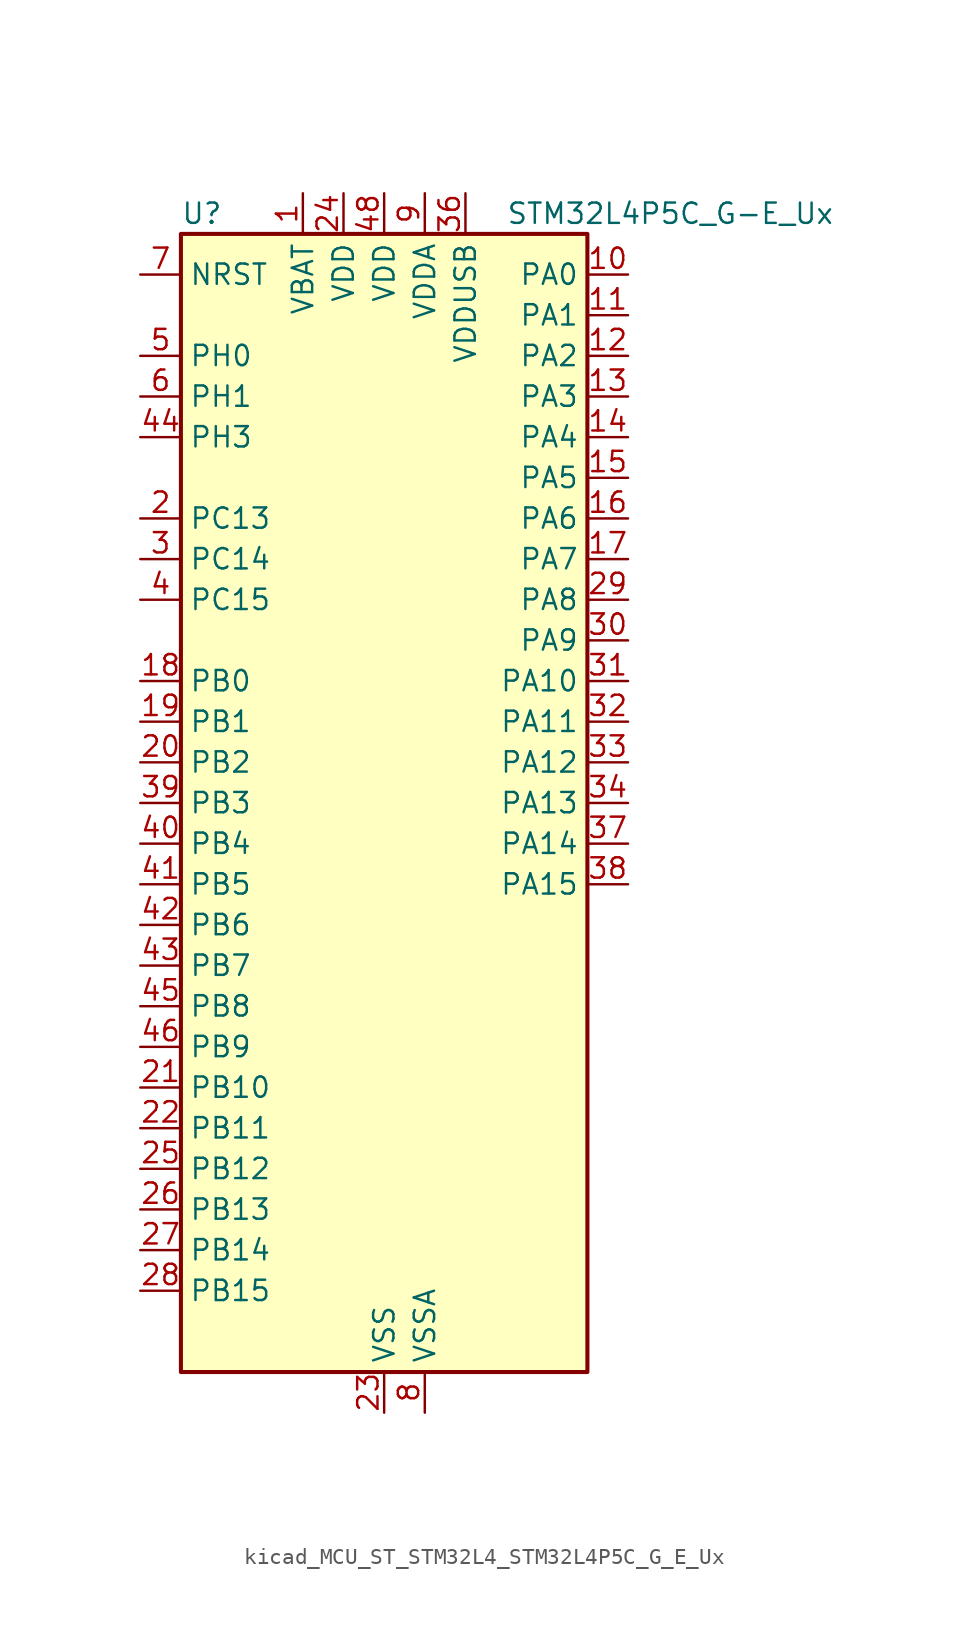
<source format=kicad_sym>
(kicad_symbol_lib
  (version 20220914)
  (generator kicad_symbol_editor)
  (symbol "kicad_MCU_ST_STM32L4_STM32L4P5C_G_E_Ux"
    (property "Reference" "U"
      (at -12.7 36.83 0)
      (effects (font (size 1.27 1.27)) (justify left)))
    (property "Value" "STM32L4P5C_G-E_Ux"
      (at 7.62 36.83 0)
      (effects (font (size 1.27 1.27)) (justify left)))
    (property "ki_locked" ""
      (at 0 0 0)
      (effects (font (size 1.27 1.27))))
    (symbol "kicad_MCU_ST_STM32L4_STM32L4P5C_G_E_Ux_0_1"
      (rectangle (start -12.7 -35.56) (end 12.7 35.56) (stroke (width 0.254) (type default)) (fill (type background))))
    (symbol "kicad_MCU_ST_STM32L4_STM32L4P5C_G_E_Ux_1_1"
      (pin power_in line (at -5.08 38.1 270) (length 2.54) (name "VBAT" (effects (font (size 1.27 1.27)))) (number "1" (effects (font (size 1.27 1.27)))))
      (pin bidirectional line (at 15.24 33.02 180) (length 2.54) (name "PA0" (effects (font (size 1.27 1.27)))) (number "10" (effects (font (size 1.27 1.27)))) (alternate "ADC1_IN5" bidirectional line) (alternate "ADC2_IN5" bidirectional line) (alternate "OPAMP1_VINP" bidirectional line) (alternate "RTC_TAMP2" bidirectional line) (alternate "SAI1_EXTCLK" bidirectional line) (alternate "SYS_WKUP1" bidirectional line) (alternate "TIM2_CH1" bidirectional line) (alternate "TIM2_ETR" bidirectional line) (alternate "TIM5_CH1" bidirectional line) (alternate "TIM8_ETR" bidirectional line) (alternate "UART4_TX" bidirectional line) (alternate "USART2_CTS" bidirectional line) (alternate "USART2_NSS" bidirectional line))
      (pin bidirectional line (at 15.24 30.48 180) (length 2.54) (name "PA1" (effects (font (size 1.27 1.27)))) (number "11" (effects (font (size 1.27 1.27)))) (alternate "ADC1_IN6" bidirectional line) (alternate "ADC2_IN6" bidirectional line) (alternate "I2C1_SMBA" bidirectional line) (alternate "OCTOSPIM_P1_DQS" bidirectional line) (alternate "OPAMP1_VINM" bidirectional line) (alternate "SDMMC2_CMD" bidirectional line) (alternate "SPI1_SCK" bidirectional line) (alternate "TIM15_CH1N" bidirectional line) (alternate "TIM2_CH2" bidirectional line) (alternate "TIM5_CH2" bidirectional line) (alternate "UART4_RX" bidirectional line) (alternate "USART2_DE" bidirectional line) (alternate "USART2_RTS" bidirectional line))
      (pin bidirectional line (at 15.24 27.94 180) (length 2.54) (name "PA2" (effects (font (size 1.27 1.27)))) (number "12" (effects (font (size 1.27 1.27)))) (alternate "ADC1_IN7" bidirectional line) (alternate "ADC2_IN7" bidirectional line) (alternate "LPUART1_TX" bidirectional line) (alternate "OCTOSPIM_P1_NCS" bidirectional line) (alternate "RCC_LSCO" bidirectional line) (alternate "SAI2_EXTCLK" bidirectional line) (alternate "SYS_WKUP4" bidirectional line) (alternate "TIM15_CH1" bidirectional line) (alternate "TIM2_CH3" bidirectional line) (alternate "TIM5_CH3" bidirectional line) (alternate "USART2_TX" bidirectional line))
      (pin bidirectional line (at 15.24 25.4 180) (length 2.54) (name "PA3" (effects (font (size 1.27 1.27)))) (number "13" (effects (font (size 1.27 1.27)))) (alternate "ADC1_IN8" bidirectional line) (alternate "ADC2_IN8" bidirectional line) (alternate "LPUART1_RX" bidirectional line) (alternate "OCTOSPIM_P1_CLK" bidirectional line) (alternate "OPAMP1_VOUT" bidirectional line) (alternate "SAI1_CK1" bidirectional line) (alternate "SAI1_MCLK_A" bidirectional line) (alternate "TIM15_CH2" bidirectional line) (alternate "TIM2_CH4" bidirectional line) (alternate "TIM5_CH4" bidirectional line) (alternate "USART2_RX" bidirectional line))
      (pin bidirectional line (at 15.24 22.86 180) (length 2.54) (name "PA4" (effects (font (size 1.27 1.27)))) (number "14" (effects (font (size 1.27 1.27)))) (alternate "ADC1_IN9" bidirectional line) (alternate "ADC2_IN9" bidirectional line) (alternate "DAC1_OUT1" bidirectional line) (alternate "LPTIM2_OUT" bidirectional line) (alternate "LTDC_CLK" bidirectional line) (alternate "OCTOSPIM_P1_NCS" bidirectional line) (alternate "SAI1_FS_B" bidirectional line) (alternate "SPI1_NSS" bidirectional line) (alternate "SPI3_NSS" bidirectional line) (alternate "USART2_CK" bidirectional line))
      (pin bidirectional line (at 15.24 20.32 180) (length 2.54) (name "PA5" (effects (font (size 1.27 1.27)))) (number "15" (effects (font (size 1.27 1.27)))) (alternate "ADC1_IN10" bidirectional line) (alternate "ADC2_IN10" bidirectional line) (alternate "DAC1_OUT2" bidirectional line) (alternate "LPTIM2_ETR" bidirectional line) (alternate "LTDC_R7" bidirectional line) (alternate "SPI1_SCK" bidirectional line) (alternate "TIM2_CH1" bidirectional line) (alternate "TIM2_ETR" bidirectional line) (alternate "TIM8_CH1N" bidirectional line))
      (pin bidirectional line (at 15.24 17.78 180) (length 2.54) (name "PA6" (effects (font (size 1.27 1.27)))) (number "16" (effects (font (size 1.27 1.27)))) (alternate "ADC1_IN11" bidirectional line) (alternate "ADC2_IN11" bidirectional line) (alternate "LPUART1_CTS" bidirectional line) (alternate "OCTOSPIM_P1_IO3" bidirectional line) (alternate "OPAMP2_VINP" bidirectional line) (alternate "SPI1_MISO" bidirectional line) (alternate "TIM16_CH1" bidirectional line) (alternate "TIM1_BKIN" bidirectional line) (alternate "TIM3_CH1" bidirectional line) (alternate "TIM8_BKIN" bidirectional line) (alternate "USART3_CTS" bidirectional line) (alternate "USART3_NSS" bidirectional line))
      (pin bidirectional line (at 15.24 15.24 180) (length 2.54) (name "PA7" (effects (font (size 1.27 1.27)))) (number "17" (effects (font (size 1.27 1.27)))) (alternate "ADC1_IN12" bidirectional line) (alternate "ADC2_IN12" bidirectional line) (alternate "I2C3_SCL" bidirectional line) (alternate "OCTOSPIM_P1_IO2" bidirectional line) (alternate "OPAMP2_VINM" bidirectional line) (alternate "SPI1_MOSI" bidirectional line) (alternate "TIM17_CH1" bidirectional line) (alternate "TIM1_CH1N" bidirectional line) (alternate "TIM3_CH2" bidirectional line) (alternate "TIM8_CH1N" bidirectional line))
      (pin bidirectional line (at -15.24 7.62 0) (length 2.54) (name "PB0" (effects (font (size 1.27 1.27)))) (number "18" (effects (font (size 1.27 1.27)))) (alternate "ADC1_IN15" bidirectional line) (alternate "ADC2_IN15" bidirectional line) (alternate "COMP1_OUT" bidirectional line) (alternate "LTDC_B6" bidirectional line) (alternate "OCTOSPIM_P1_IO1" bidirectional line) (alternate "OPAMP2_VOUT" bidirectional line) (alternate "SAI1_EXTCLK" bidirectional line) (alternate "SPI1_NSS" bidirectional line) (alternate "TIM1_CH2N" bidirectional line) (alternate "TIM3_CH3" bidirectional line) (alternate "TIM8_CH2N" bidirectional line) (alternate "USART3_CK" bidirectional line))
      (pin bidirectional line (at -15.24 5.08 0) (length 2.54) (name "PB1" (effects (font (size 1.27 1.27)))) (number "19" (effects (font (size 1.27 1.27)))) (alternate "ADC1_IN16" bidirectional line) (alternate "ADC2_IN16" bidirectional line) (alternate "COMP1_INM" bidirectional line) (alternate "DFSDM1_DATIN0" bidirectional line) (alternate "LPTIM2_IN1" bidirectional line) (alternate "LPUART1_DE" bidirectional line) (alternate "LPUART1_RTS" bidirectional line) (alternate "LTDC_G6" bidirectional line) (alternate "OCTOSPIM_P1_IO0" bidirectional line) (alternate "TIM1_CH3N" bidirectional line) (alternate "TIM3_CH4" bidirectional line) (alternate "TIM8_CH3N" bidirectional line) (alternate "USART3_DE" bidirectional line) (alternate "USART3_RTS" bidirectional line))
      (pin bidirectional line (at -15.24 17.78 0) (length 2.54) (name "PC13" (effects (font (size 1.27 1.27)))) (number "2" (effects (font (size 1.27 1.27)))) (alternate "RTC_OUT1" bidirectional line) (alternate "RTC_TAMP1" bidirectional line) (alternate "RTC_TS" bidirectional line) (alternate "SYS_WKUP2" bidirectional line))
      (pin bidirectional line (at -15.24 2.54 0) (length 2.54) (name "PB2" (effects (font (size 1.27 1.27)))) (number "20" (effects (font (size 1.27 1.27)))) (alternate "COMP1_INP" bidirectional line) (alternate "DFSDM1_CKIN0" bidirectional line) (alternate "I2C3_SMBA" bidirectional line) (alternate "LPTIM1_OUT" bidirectional line) (alternate "OCTOSPIM_P1_DQS" bidirectional line) (alternate "RTC_OUT2" bidirectional line))
      (pin bidirectional line (at -15.24 -17.78 0) (length 2.54) (name "PB10" (effects (font (size 1.27 1.27)))) (number "21" (effects (font (size 1.27 1.27)))) (alternate "COMP1_OUT" bidirectional line) (alternate "I2C2_SCL" bidirectional line) (alternate "I2C4_SCL" bidirectional line) (alternate "LPUART1_RX" bidirectional line) (alternate "OCTOSPIM_P1_CLK" bidirectional line) (alternate "OCTOSPIM_P1_IO3" bidirectional line) (alternate "SAI1_SCK_A" bidirectional line) (alternate "SPI2_SCK" bidirectional line) (alternate "TIM2_CH3" bidirectional line) (alternate "TSC_SYNC" bidirectional line) (alternate "USART3_TX" bidirectional line))
      (pin bidirectional line (at -15.24 -20.32 0) (length 2.54) (name "PB11" (effects (font (size 1.27 1.27)))) (number "22" (effects (font (size 1.27 1.27)))) (alternate "ADC1_EXTI11" bidirectional line) (alternate "ADC2_EXTI11" bidirectional line) (alternate "COMP2_OUT" bidirectional line) (alternate "I2C2_SDA" bidirectional line) (alternate "I2C4_SDA" bidirectional line) (alternate "LPUART1_TX" bidirectional line) (alternate "LTDC_VSYNC" bidirectional line) (alternate "OCTOSPIM_P1_NCS" bidirectional line) (alternate "TIM2_CH4" bidirectional line) (alternate "USART3_RX" bidirectional line))
      (pin power_in line (at 0 -38.1 90) (length 2.54) (name "VSS" (effects (font (size 1.27 1.27)))) (number "23" (effects (font (size 1.27 1.27)))))
      (pin power_in line (at -2.54 38.1 270) (length 2.54) (name "VDD" (effects (font (size 1.27 1.27)))) (number "24" (effects (font (size 1.27 1.27)))))
      (pin bidirectional line (at -15.24 -22.86 0) (length 2.54) (name "PB12" (effects (font (size 1.27 1.27)))) (number "25" (effects (font (size 1.27 1.27)))) (alternate "DFSDM1_DATIN1" bidirectional line) (alternate "I2C2_SMBA" bidirectional line) (alternate "LPUART1_DE" bidirectional line) (alternate "LPUART1_RTS" bidirectional line) (alternate "OCTOSPIM_P1_NCLK" bidirectional line) (alternate "SAI2_FS_A" bidirectional line) (alternate "SDMMC2_CK" bidirectional line) (alternate "SPI2_NSS" bidirectional line) (alternate "TIM15_BKIN" bidirectional line) (alternate "TIM1_BKIN" bidirectional line) (alternate "TSC_G1_IO1" bidirectional line) (alternate "USART3_CK" bidirectional line))
      (pin bidirectional line (at -15.24 -25.4 0) (length 2.54) (name "PB13" (effects (font (size 1.27 1.27)))) (number "26" (effects (font (size 1.27 1.27)))) (alternate "DFSDM1_CKIN1" bidirectional line) (alternate "I2C2_SCL" bidirectional line) (alternate "LPUART1_CTS" bidirectional line) (alternate "OCTOSPIM_P1_IO1" bidirectional line) (alternate "SAI2_SCK_A" bidirectional line) (alternate "SPI2_SCK" bidirectional line) (alternate "TIM15_CH1N" bidirectional line) (alternate "TIM1_CH1N" bidirectional line) (alternate "TSC_G1_IO2" bidirectional line) (alternate "USART3_CTS" bidirectional line) (alternate "USART3_NSS" bidirectional line))
      (pin bidirectional line (at -15.24 -27.94 0) (length 2.54) (name "PB14" (effects (font (size 1.27 1.27)))) (number "27" (effects (font (size 1.27 1.27)))) (alternate "DFSDM1_DATIN2" bidirectional line) (alternate "I2C2_SDA" bidirectional line) (alternate "OCTOSPIM_P1_IO6" bidirectional line) (alternate "SAI2_MCLK_A" bidirectional line) (alternate "SDMMC2_D0" bidirectional line) (alternate "SPI2_MISO" bidirectional line) (alternate "TIM15_CH1" bidirectional line) (alternate "TIM1_CH2N" bidirectional line) (alternate "TIM8_CH2N" bidirectional line) (alternate "TSC_G1_IO3" bidirectional line) (alternate "USART3_DE" bidirectional line) (alternate "USART3_RTS" bidirectional line))
      (pin bidirectional line (at -15.24 -30.48 0) (length 2.54) (name "PB15" (effects (font (size 1.27 1.27)))) (number "28" (effects (font (size 1.27 1.27)))) (alternate "ADC1_EXTI15" bidirectional line) (alternate "ADC2_EXTI15" bidirectional line) (alternate "DFSDM1_CKIN2" bidirectional line) (alternate "OCTOSPIM_P1_IO7" bidirectional line) (alternate "RTC_REFIN" bidirectional line) (alternate "SAI2_SD_A" bidirectional line) (alternate "SDMMC2_D1" bidirectional line) (alternate "SPI2_MOSI" bidirectional line) (alternate "TIM15_CH2" bidirectional line) (alternate "TIM1_CH3N" bidirectional line) (alternate "TIM8_CH3N" bidirectional line) (alternate "TSC_G1_IO4" bidirectional line))
      (pin bidirectional line (at 15.24 12.7 180) (length 2.54) (name "PA8" (effects (font (size 1.27 1.27)))) (number "29" (effects (font (size 1.27 1.27)))) (alternate "LPTIM2_OUT" bidirectional line) (alternate "LTDC_B7" bidirectional line) (alternate "RCC_MCO" bidirectional line) (alternate "SAI1_CK2" bidirectional line) (alternate "SAI1_SCK_A" bidirectional line) (alternate "TIM1_CH1" bidirectional line) (alternate "USART1_CK" bidirectional line) (alternate "USB_OTG_FS_SOF" bidirectional line))
      (pin bidirectional line (at -15.24 15.24 0) (length 2.54) (name "PC14" (effects (font (size 1.27 1.27)))) (number "3" (effects (font (size 1.27 1.27)))) (alternate "RCC_OSC32_IN" bidirectional line))
      (pin bidirectional line (at 15.24 10.16 180) (length 2.54) (name "PA9" (effects (font (size 1.27 1.27)))) (number "30" (effects (font (size 1.27 1.27)))) (alternate "DAC1_EXTI9" bidirectional line) (alternate "LTDC_G7" bidirectional line) (alternate "SAI1_FS_A" bidirectional line) (alternate "SPI2_SCK" bidirectional line) (alternate "TIM15_BKIN" bidirectional line) (alternate "TIM1_CH2" bidirectional line) (alternate "USART1_TX" bidirectional line) (alternate "USB_OTG_FS_VBUS" bidirectional line))
      (pin bidirectional line (at 15.24 7.62 180) (length 2.54) (name "PA10" (effects (font (size 1.27 1.27)))) (number "31" (effects (font (size 1.27 1.27)))) (alternate "LTDC_G6" bidirectional line) (alternate "SAI1_D1" bidirectional line) (alternate "SAI1_SD_A" bidirectional line) (alternate "TIM17_BKIN" bidirectional line) (alternate "TIM1_CH3" bidirectional line) (alternate "USART1_RX" bidirectional line) (alternate "USB_OTG_FS_ID" bidirectional line))
      (pin bidirectional line (at 15.24 5.08 180) (length 2.54) (name "PA11" (effects (font (size 1.27 1.27)))) (number "32" (effects (font (size 1.27 1.27)))) (alternate "ADC1_EXTI11" bidirectional line) (alternate "ADC2_EXTI11" bidirectional line) (alternate "CAN1_RX" bidirectional line) (alternate "LTDC_DE" bidirectional line) (alternate "SPI1_MISO" bidirectional line) (alternate "TIM1_BKIN2" bidirectional line) (alternate "TIM1_CH4" bidirectional line) (alternate "USART1_CTS" bidirectional line) (alternate "USART1_NSS" bidirectional line) (alternate "USB_OTG_FS_DM" bidirectional line))
      (pin bidirectional line (at 15.24 2.54 180) (length 2.54) (name "PA12" (effects (font (size 1.27 1.27)))) (number "33" (effects (font (size 1.27 1.27)))) (alternate "CAN1_TX" bidirectional line) (alternate "LTDC_VSYNC" bidirectional line) (alternate "OCTOSPIM_P2_NCS" bidirectional line) (alternate "SPI1_MOSI" bidirectional line) (alternate "TIM1_ETR" bidirectional line) (alternate "USART1_DE" bidirectional line) (alternate "USART1_RTS" bidirectional line) (alternate "USB_OTG_FS_DP" bidirectional line))
      (pin bidirectional line (at 15.24 0 180) (length 2.54) (name "PA13" (effects (font (size 1.27 1.27)))) (number "34" (effects (font (size 1.27 1.27)))) (alternate "IR_OUT" bidirectional line) (alternate "SAI1_SD_B" bidirectional line) (alternate "SYS_JTMS-SWDIO" bidirectional line) (alternate "USB_OTG_FS_NOE" bidirectional line))
      (pin passive line (at 0 -38.1 90) (length 2.54) hide (name "VSS" (effects (font (size 1.27 1.27)))) (number "35" (effects (font (size 1.27 1.27)))))
      (pin power_in line (at 5.08 38.1 270) (length 2.54) (name "VDDUSB" (effects (font (size 1.27 1.27)))) (number "36" (effects (font (size 1.27 1.27)))))
      (pin bidirectional line (at 15.24 -2.54 180) (length 2.54) (name "PA14" (effects (font (size 1.27 1.27)))) (number "37" (effects (font (size 1.27 1.27)))) (alternate "I2C1_SMBA" bidirectional line) (alternate "I2C4_SMBA" bidirectional line) (alternate "LPTIM1_OUT" bidirectional line) (alternate "SAI1_FS_B" bidirectional line) (alternate "SYS_JTCK-SWCLK" bidirectional line) (alternate "USB_OTG_FS_SOF" bidirectional line))
      (pin bidirectional line (at 15.24 -5.08 180) (length 2.54) (name "PA15" (effects (font (size 1.27 1.27)))) (number "38" (effects (font (size 1.27 1.27)))) (alternate "ADC1_EXTI15" bidirectional line) (alternate "ADC2_EXTI15" bidirectional line) (alternate "LTDC_HSYNC" bidirectional line) (alternate "SAI2_FS_B" bidirectional line) (alternate "SPI1_NSS" bidirectional line) (alternate "SPI3_NSS" bidirectional line) (alternate "SYS_JTDI" bidirectional line) (alternate "TIM2_CH1" bidirectional line) (alternate "TIM2_ETR" bidirectional line) (alternate "TSC_G3_IO1" bidirectional line) (alternate "UART4_DE" bidirectional line) (alternate "UART4_RTS" bidirectional line) (alternate "USART2_RX" bidirectional line) (alternate "USART3_DE" bidirectional line) (alternate "USART3_RTS" bidirectional line))
      (pin bidirectional line (at -15.24 0 0) (length 2.54) (name "PB3" (effects (font (size 1.27 1.27)))) (number "39" (effects (font (size 1.27 1.27)))) (alternate "COMP2_INM" bidirectional line) (alternate "CRS_SYNC" bidirectional line) (alternate "OCTOSPIM_P1_IO4" bidirectional line) (alternate "SAI1_SCK_B" bidirectional line) (alternate "SDMMC2_D2" bidirectional line) (alternate "SPI1_SCK" bidirectional line) (alternate "SPI3_SCK" bidirectional line) (alternate "SYS_JTDO-SWO" bidirectional line) (alternate "TIM2_CH2" bidirectional line) (alternate "USART1_DE" bidirectional line) (alternate "USART1_RTS" bidirectional line))
      (pin bidirectional line (at -15.24 12.7 0) (length 2.54) (name "PC15" (effects (font (size 1.27 1.27)))) (number "4" (effects (font (size 1.27 1.27)))) (alternate "ADC1_EXTI15" bidirectional line) (alternate "ADC2_EXTI15" bidirectional line) (alternate "RCC_OSC32_OUT" bidirectional line))
      (pin bidirectional line (at -15.24 -2.54 0) (length 2.54) (name "PB4" (effects (font (size 1.27 1.27)))) (number "40" (effects (font (size 1.27 1.27)))) (alternate "COMP2_INP" bidirectional line) (alternate "I2C3_SDA" bidirectional line) (alternate "OCTOSPIM_P1_IO5" bidirectional line) (alternate "SAI1_MCLK_B" bidirectional line) (alternate "SDMMC2_D3" bidirectional line) (alternate "SPI1_MISO" bidirectional line) (alternate "SPI3_MISO" bidirectional line) (alternate "SYS_JTRST" bidirectional line) (alternate "TIM17_BKIN" bidirectional line) (alternate "TIM3_CH1" bidirectional line) (alternate "TSC_G2_IO1" bidirectional line) (alternate "USART1_CTS" bidirectional line) (alternate "USART1_NSS" bidirectional line))
      (pin bidirectional line (at -15.24 -5.08 0) (length 2.54) (name "PB5" (effects (font (size 1.27 1.27)))) (number "41" (effects (font (size 1.27 1.27)))) (alternate "COMP2_OUT" bidirectional line) (alternate "I2C1_SMBA" bidirectional line) (alternate "LPTIM1_IN1" bidirectional line) (alternate "OCTOSPIM_P1_IO0" bidirectional line) (alternate "SAI1_SD_B" bidirectional line) (alternate "SPI1_MOSI" bidirectional line) (alternate "SPI3_MOSI" bidirectional line) (alternate "TIM16_BKIN" bidirectional line) (alternate "TIM3_CH2" bidirectional line) (alternate "TSC_G2_IO2" bidirectional line) (alternate "USART1_CK" bidirectional line))
      (pin bidirectional line (at -15.24 -7.62 0) (length 2.54) (name "PB6" (effects (font (size 1.27 1.27)))) (number "42" (effects (font (size 1.27 1.27)))) (alternate "COMP2_INP" bidirectional line) (alternate "I2C1_SCL" bidirectional line) (alternate "I2C4_SCL" bidirectional line) (alternate "LPTIM1_ETR" bidirectional line) (alternate "LTDC_R6" bidirectional line) (alternate "SAI1_FS_B" bidirectional line) (alternate "TIM16_CH1N" bidirectional line) (alternate "TIM4_CH1" bidirectional line) (alternate "TIM8_BKIN2" bidirectional line) (alternate "TSC_G2_IO3" bidirectional line) (alternate "USART1_TX" bidirectional line))
      (pin bidirectional line (at -15.24 -10.16 0) (length 2.54) (name "PB7" (effects (font (size 1.27 1.27)))) (number "43" (effects (font (size 1.27 1.27)))) (alternate "COMP2_INM" bidirectional line) (alternate "I2C1_SDA" bidirectional line) (alternate "I2C4_SDA" bidirectional line) (alternate "LPTIM1_IN2" bidirectional line) (alternate "LTDC_VSYNC" bidirectional line) (alternate "SYS_PVD_IN" bidirectional line) (alternate "TIM17_CH1N" bidirectional line) (alternate "TIM4_CH2" bidirectional line) (alternate "TIM8_BKIN" bidirectional line) (alternate "TSC_G2_IO4" bidirectional line) (alternate "UART4_CTS" bidirectional line) (alternate "USART1_RX" bidirectional line))
      (pin bidirectional line (at -15.24 22.86 0) (length 2.54) (name "PH3" (effects (font (size 1.27 1.27)))) (number "44" (effects (font (size 1.27 1.27)))))
      (pin bidirectional line (at -15.24 -12.7 0) (length 2.54) (name "PB8" (effects (font (size 1.27 1.27)))) (number "45" (effects (font (size 1.27 1.27)))) (alternate "CAN1_RX" bidirectional line) (alternate "DFSDM1_CKOUT" bidirectional line) (alternate "I2C1_SCL" bidirectional line) (alternate "LTDC_DE" bidirectional line) (alternate "SAI1_CK1" bidirectional line) (alternate "SAI1_MCLK_A" bidirectional line) (alternate "SDMMC2_D4" bidirectional line) (alternate "TIM16_CH1" bidirectional line) (alternate "TIM4_CH3" bidirectional line))
      (pin bidirectional line (at -15.24 -15.24 0) (length 2.54) (name "PB9" (effects (font (size 1.27 1.27)))) (number "46" (effects (font (size 1.27 1.27)))) (alternate "CAN1_TX" bidirectional line) (alternate "DAC1_EXTI9" bidirectional line) (alternate "I2C1_SDA" bidirectional line) (alternate "IR_OUT" bidirectional line) (alternate "SAI1_D2" bidirectional line) (alternate "SAI1_FS_A" bidirectional line) (alternate "SDMMC2_D5" bidirectional line) (alternate "SPI2_NSS" bidirectional line) (alternate "TIM17_CH1" bidirectional line) (alternate "TIM4_CH4" bidirectional line))
      (pin passive line (at 0 -38.1 90) (length 2.54) hide (name "VSS" (effects (font (size 1.27 1.27)))) (number "47" (effects (font (size 1.27 1.27)))))
      (pin power_in line (at 0 38.1 270) (length 2.54) (name "VDD" (effects (font (size 1.27 1.27)))) (number "48" (effects (font (size 1.27 1.27)))))
      (pin passive line (at 0 -38.1 90) (length 2.54) hide (name "VSS" (effects (font (size 1.27 1.27)))) (number "49" (effects (font (size 1.27 1.27)))))
      (pin bidirectional line (at -15.24 27.94 0) (length 2.54) (name "PH0" (effects (font (size 1.27 1.27)))) (number "5" (effects (font (size 1.27 1.27)))) (alternate "RCC_OSC_IN" bidirectional line))
      (pin bidirectional line (at -15.24 25.4 0) (length 2.54) (name "PH1" (effects (font (size 1.27 1.27)))) (number "6" (effects (font (size 1.27 1.27)))) (alternate "RCC_OSC_OUT" bidirectional line))
      (pin input line (at -15.24 33.02 0) (length 2.54) (name "NRST" (effects (font (size 1.27 1.27)))) (number "7" (effects (font (size 1.27 1.27)))))
      (pin power_in line (at 2.54 -38.1 90) (length 2.54) (name "VSSA" (effects (font (size 1.27 1.27)))) (number "8" (effects (font (size 1.27 1.27)))))
      (pin power_in line (at 2.54 38.1 270) (length 2.54) (name "VDDA" (effects (font (size 1.27 1.27)))) (number "9" (effects (font (size 1.27 1.27))))))))
</source>
